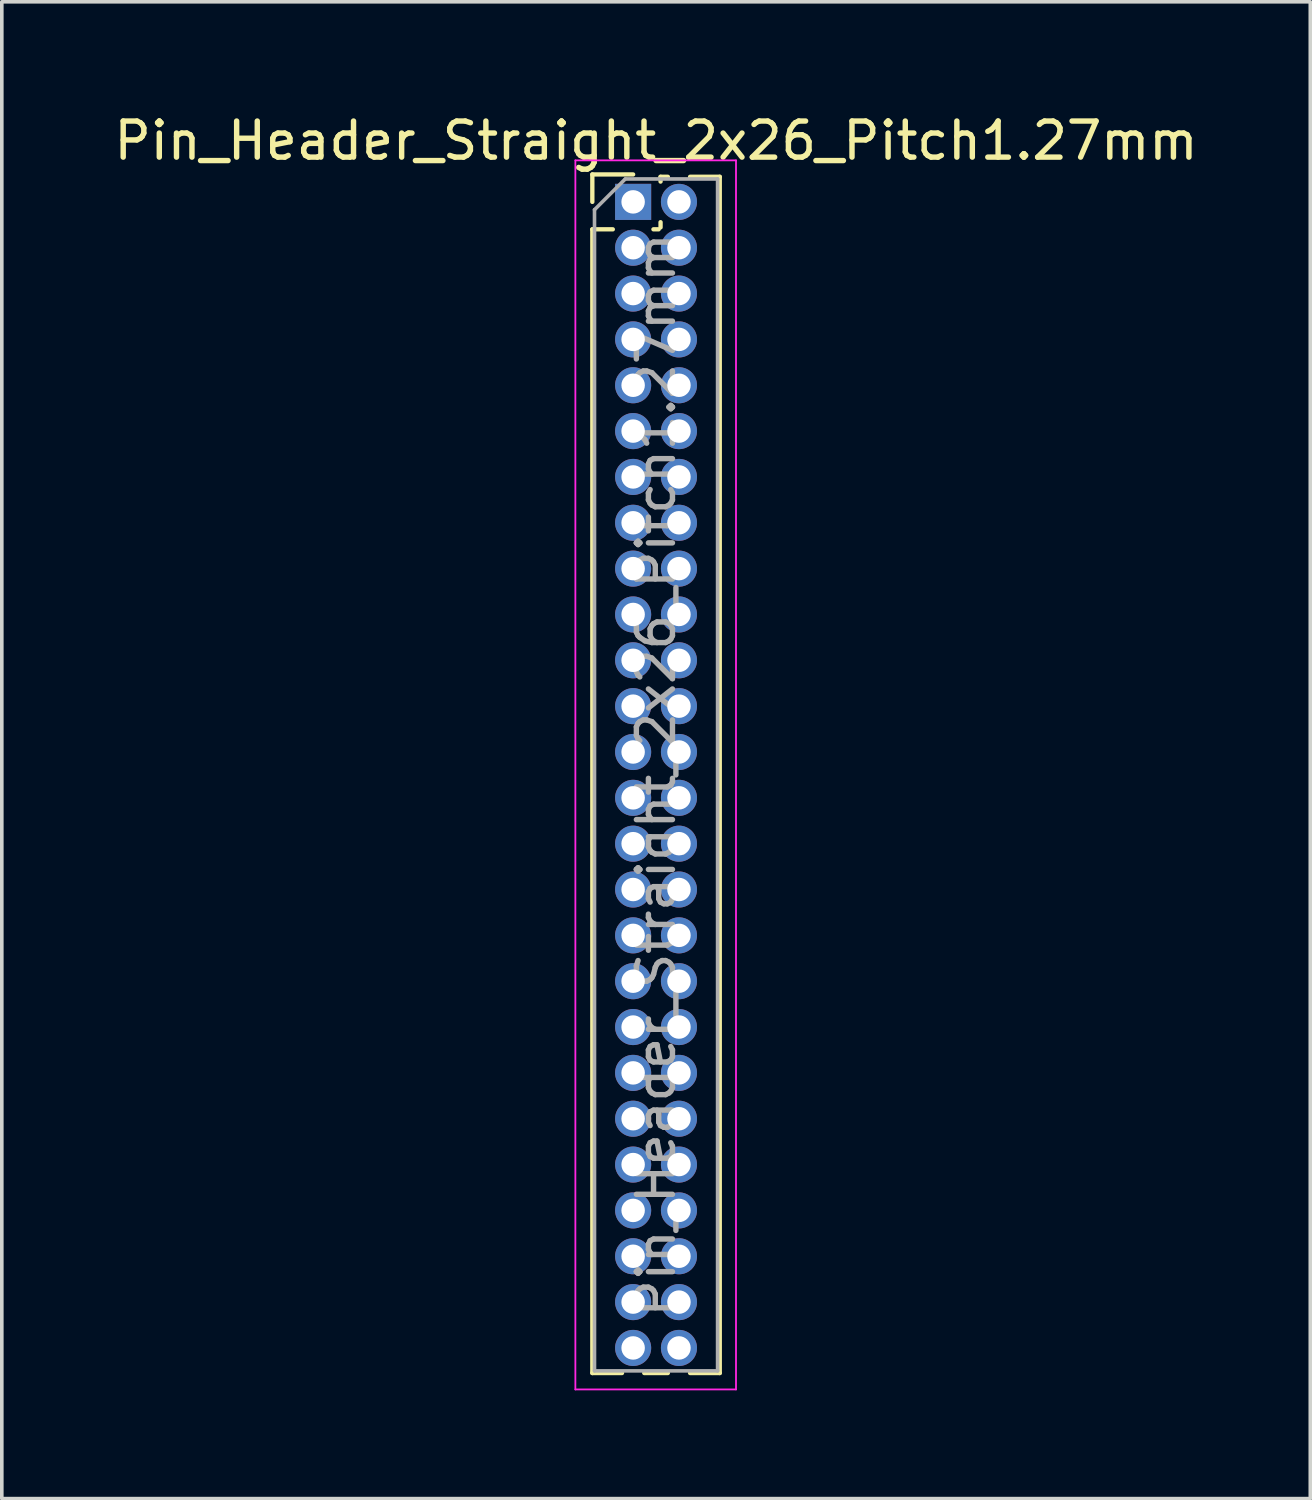
<source format=kicad_pcb>
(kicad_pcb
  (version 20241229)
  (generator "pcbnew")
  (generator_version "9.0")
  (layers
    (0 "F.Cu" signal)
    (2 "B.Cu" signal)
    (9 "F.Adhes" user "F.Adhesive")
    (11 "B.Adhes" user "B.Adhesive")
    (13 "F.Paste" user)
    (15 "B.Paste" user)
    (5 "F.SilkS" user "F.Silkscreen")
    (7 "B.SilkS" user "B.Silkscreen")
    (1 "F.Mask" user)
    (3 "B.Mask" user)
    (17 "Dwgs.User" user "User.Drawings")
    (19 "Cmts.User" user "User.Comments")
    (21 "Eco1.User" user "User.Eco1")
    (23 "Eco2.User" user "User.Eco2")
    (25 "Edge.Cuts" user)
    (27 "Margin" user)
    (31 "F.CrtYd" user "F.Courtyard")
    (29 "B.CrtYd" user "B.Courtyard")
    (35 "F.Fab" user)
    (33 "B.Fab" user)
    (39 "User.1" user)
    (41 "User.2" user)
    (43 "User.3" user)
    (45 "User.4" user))
  (footprint "Pin_Header_Straight_2x26_Pitch1.27mm"
    (layer "F.Cu")
    (at 14.49 2.543)
    (property "Reference" "Pin_Header_Straight_2x26_Pitch1.27mm" (at 0.635 -1.695 0) (layer "F.SilkS") (effects (font (size 1 1) (thickness 0.15))))
    (attr through_hole)
    (fp_line (start -1.13 -0.76) (end 0 -0.76) (stroke (width 0.12) (type solid)) (layer "F.SilkS"))
    (fp_line (start -1.13 0) (end -1.13 -0.76) (stroke (width 0.12) (type solid)) (layer "F.SilkS"))
    (fp_line (start -1.13 0.76) (end -1.13 32.445) (stroke (width 0.12) (type solid)) (layer "F.SilkS"))
    (fp_line (start -1.13 0.76) (end -0.563 0.76) (stroke (width 0.12) (type solid)) (layer "F.SilkS"))
    (fp_line (start -1.13 32.445) (end -0.308 32.445) (stroke (width 0.12) (type solid)) (layer "F.SilkS"))
    (fp_line (start 0.308 32.445) (end 0.962 32.445) (stroke (width 0.12) (type solid)) (layer "F.SilkS"))
    (fp_line (start 0.563 0.76) (end 0.707 0.76) (stroke (width 0.12) (type solid)) (layer "F.SilkS"))
    (fp_line (start 0.76 -0.695) (end 0.962 -0.695) (stroke (width 0.12) (type solid)) (layer "F.SilkS"))
    (fp_line (start 0.76 -0.563) (end 0.76 -0.695) (stroke (width 0.12) (type solid)) (layer "F.SilkS"))
    (fp_line (start 0.76 0.707) (end 0.76 0.563) (stroke (width 0.12) (type solid)) (layer "F.SilkS"))
    (fp_line (start 1.578 -0.695) (end 2.4 -0.695) (stroke (width 0.12) (type solid)) (layer "F.SilkS"))
    (fp_line (start 1.578 32.445) (end 2.4 32.445) (stroke (width 0.12) (type solid)) (layer "F.SilkS"))
    (fp_line (start 2.4 -0.695) (end 2.4 32.445) (stroke (width 0.12) (type solid)) (layer "F.SilkS"))
    (fp_line (start -1.6 -1.15) (end -1.6 32.9) (stroke (width 0.05) (type solid)) (layer "F.CrtYd"))
    (fp_line (start -1.6 32.9) (end 2.85 32.9) (stroke (width 0.05) (type solid)) (layer "F.CrtYd"))
    (fp_line (start 2.85 -1.15) (end -1.6 -1.15) (stroke (width 0.05) (type solid)) (layer "F.CrtYd"))
    (fp_line (start 2.85 32.9) (end 2.85 -1.15) (stroke (width 0.05) (type solid)) (layer "F.CrtYd"))
    (fp_line (start -1.07 0.217) (end -0.217 -0.635) (stroke (width 0.1) (type solid)) (layer "F.Fab"))
    (fp_line (start -1.07 32.385) (end -1.07 0.217) (stroke (width 0.1) (type solid)) (layer "F.Fab"))
    (fp_line (start -0.217 -0.635) (end 2.34 -0.635) (stroke (width 0.1) (type solid)) (layer "F.Fab"))
    (fp_line (start 2.34 -0.635) (end 2.34 32.385) (stroke (width 0.1) (type solid)) (layer "F.Fab"))
    (fp_line (start 2.34 32.385) (end -1.07 32.385) (stroke (width 0.1) (type solid)) (layer "F.Fab"))
    (fp_text user "${REFERENCE}" (at 0.635 15.875 90) (layer "F.Fab") (effects (font (size 1 1) (thickness 0.15))))
    (pad "1" thru_hole rect (at 0 0) (size 1 1) (drill 0.65) (layers "*.Cu" "*.Mask"))
    (pad "2" thru_hole oval (at 1.27 0) (size 1 1) (drill 0.65) (layers "*.Cu" "*.Mask"))
    (pad "3" thru_hole oval (at 0 1.27) (size 1 1) (drill 0.65) (layers "*.Cu" "*.Mask"))
    (pad "4" thru_hole oval (at 1.27 1.27) (size 1 1) (drill 0.65) (layers "*.Cu" "*.Mask"))
    (pad "5" thru_hole oval (at 0 2.54) (size 1 1) (drill 0.65) (layers "*.Cu" "*.Mask"))
    (pad "6" thru_hole oval (at 1.27 2.54) (size 1 1) (drill 0.65) (layers "*.Cu" "*.Mask"))
    (pad "7" thru_hole oval (at 0 3.81) (size 1 1) (drill 0.65) (layers "*.Cu" "*.Mask"))
    (pad "8" thru_hole oval (at 1.27 3.81) (size 1 1) (drill 0.65) (layers "*.Cu" "*.Mask"))
    (pad "9" thru_hole oval (at 0 5.08) (size 1 1) (drill 0.65) (layers "*.Cu" "*.Mask"))
    (pad "10" thru_hole oval (at 1.27 5.08) (size 1 1) (drill 0.65) (layers "*.Cu" "*.Mask"))
    (pad "11" thru_hole oval (at 0 6.35) (size 1 1) (drill 0.65) (layers "*.Cu" "*.Mask"))
    (pad "12" thru_hole oval (at 1.27 6.35) (size 1 1) (drill 0.65) (layers "*.Cu" "*.Mask"))
    (pad "13" thru_hole oval (at 0 7.62) (size 1 1) (drill 0.65) (layers "*.Cu" "*.Mask"))
    (pad "14" thru_hole oval (at 1.27 7.62) (size 1 1) (drill 0.65) (layers "*.Cu" "*.Mask"))
    (pad "15" thru_hole oval (at 0 8.89) (size 1 1) (drill 0.65) (layers "*.Cu" "*.Mask"))
    (pad "16" thru_hole oval (at 1.27 8.89) (size 1 1) (drill 0.65) (layers "*.Cu" "*.Mask"))
    (pad "17" thru_hole oval (at 0 10.16) (size 1 1) (drill 0.65) (layers "*.Cu" "*.Mask"))
    (pad "18" thru_hole oval (at 1.27 10.16) (size 1 1) (drill 0.65) (layers "*.Cu" "*.Mask"))
    (pad "19" thru_hole oval (at 0 11.43) (size 1 1) (drill 0.65) (layers "*.Cu" "*.Mask"))
    (pad "20" thru_hole oval (at 1.27 11.43) (size 1 1) (drill 0.65) (layers "*.Cu" "*.Mask"))
    (pad "21" thru_hole oval (at 0 12.7) (size 1 1) (drill 0.65) (layers "*.Cu" "*.Mask"))
    (pad "22" thru_hole oval (at 1.27 12.7) (size 1 1) (drill 0.65) (layers "*.Cu" "*.Mask"))
    (pad "23" thru_hole oval (at 0 13.97) (size 1 1) (drill 0.65) (layers "*.Cu" "*.Mask"))
    (pad "24" thru_hole oval (at 1.27 13.97) (size 1 1) (drill 0.65) (layers "*.Cu" "*.Mask"))
    (pad "25" thru_hole oval (at 0 15.24) (size 1 1) (drill 0.65) (layers "*.Cu" "*.Mask"))
    (pad "26" thru_hole oval (at 1.27 15.24) (size 1 1) (drill 0.65) (layers "*.Cu" "*.Mask"))
    (pad "27" thru_hole oval (at 0 16.51) (size 1 1) (drill 0.65) (layers "*.Cu" "*.Mask"))
    (pad "28" thru_hole oval (at 1.27 16.51) (size 1 1) (drill 0.65) (layers "*.Cu" "*.Mask"))
    (pad "29" thru_hole oval (at 0 17.78) (size 1 1) (drill 0.65) (layers "*.Cu" "*.Mask"))
    (pad "30" thru_hole oval (at 1.27 17.78) (size 1 1) (drill 0.65) (layers "*.Cu" "*.Mask"))
    (pad "31" thru_hole oval (at 0 19.05) (size 1 1) (drill 0.65) (layers "*.Cu" "*.Mask"))
    (pad "32" thru_hole oval (at 1.27 19.05) (size 1 1) (drill 0.65) (layers "*.Cu" "*.Mask"))
    (pad "33" thru_hole oval (at 0 20.32) (size 1 1) (drill 0.65) (layers "*.Cu" "*.Mask"))
    (pad "34" thru_hole oval (at 1.27 20.32) (size 1 1) (drill 0.65) (layers "*.Cu" "*.Mask"))
    (pad "35" thru_hole oval (at 0 21.59) (size 1 1) (drill 0.65) (layers "*.Cu" "*.Mask"))
    (pad "36" thru_hole oval (at 1.27 21.59) (size 1 1) (drill 0.65) (layers "*.Cu" "*.Mask"))
    (pad "37" thru_hole oval (at 0 22.86) (size 1 1) (drill 0.65) (layers "*.Cu" "*.Mask"))
    (pad "38" thru_hole oval (at 1.27 22.86) (size 1 1) (drill 0.65) (layers "*.Cu" "*.Mask"))
    (pad "39" thru_hole oval (at 0 24.13) (size 1 1) (drill 0.65) (layers "*.Cu" "*.Mask"))
    (pad "40" thru_hole oval (at 1.27 24.13) (size 1 1) (drill 0.65) (layers "*.Cu" "*.Mask"))
    (pad "41" thru_hole oval (at 0 25.4) (size 1 1) (drill 0.65) (layers "*.Cu" "*.Mask"))
    (pad "42" thru_hole oval (at 1.27 25.4) (size 1 1) (drill 0.65) (layers "*.Cu" "*.Mask"))
    (pad "43" thru_hole oval (at 0 26.67) (size 1 1) (drill 0.65) (layers "*.Cu" "*.Mask"))
    (pad "44" thru_hole oval (at 1.27 26.67) (size 1 1) (drill 0.65) (layers "*.Cu" "*.Mask"))
    (pad "45" thru_hole oval (at 0 27.94) (size 1 1) (drill 0.65) (layers "*.Cu" "*.Mask"))
    (pad "46" thru_hole oval (at 1.27 27.94) (size 1 1) (drill 0.65) (layers "*.Cu" "*.Mask"))
    (pad "47" thru_hole oval (at 0 29.21) (size 1 1) (drill 0.65) (layers "*.Cu" "*.Mask"))
    (pad "48" thru_hole oval (at 1.27 29.21) (size 1 1) (drill 0.65) (layers "*.Cu" "*.Mask"))
    (pad "49" thru_hole oval (at 0 30.48) (size 1 1) (drill 0.65) (layers "*.Cu" "*.Mask"))
    (pad "50" thru_hole oval (at 1.27 30.48) (size 1 1) (drill 0.65) (layers "*.Cu" "*.Mask"))
    (pad "51" thru_hole oval (at 0 31.75) (size 1 1) (drill 0.65) (layers "*.Cu" "*.Mask"))
    (pad "52" thru_hole oval (at 1.27 31.75) (size 1 1) (drill 0.65) (layers "*.Cu" "*.Mask")))
  (gr_rect
    (start -3 -3)
    (end 33.25 38.468)
    (stroke (width 0.1) (type default))
    (fill no)
    (layer "Edge.Cuts")))
</source>
